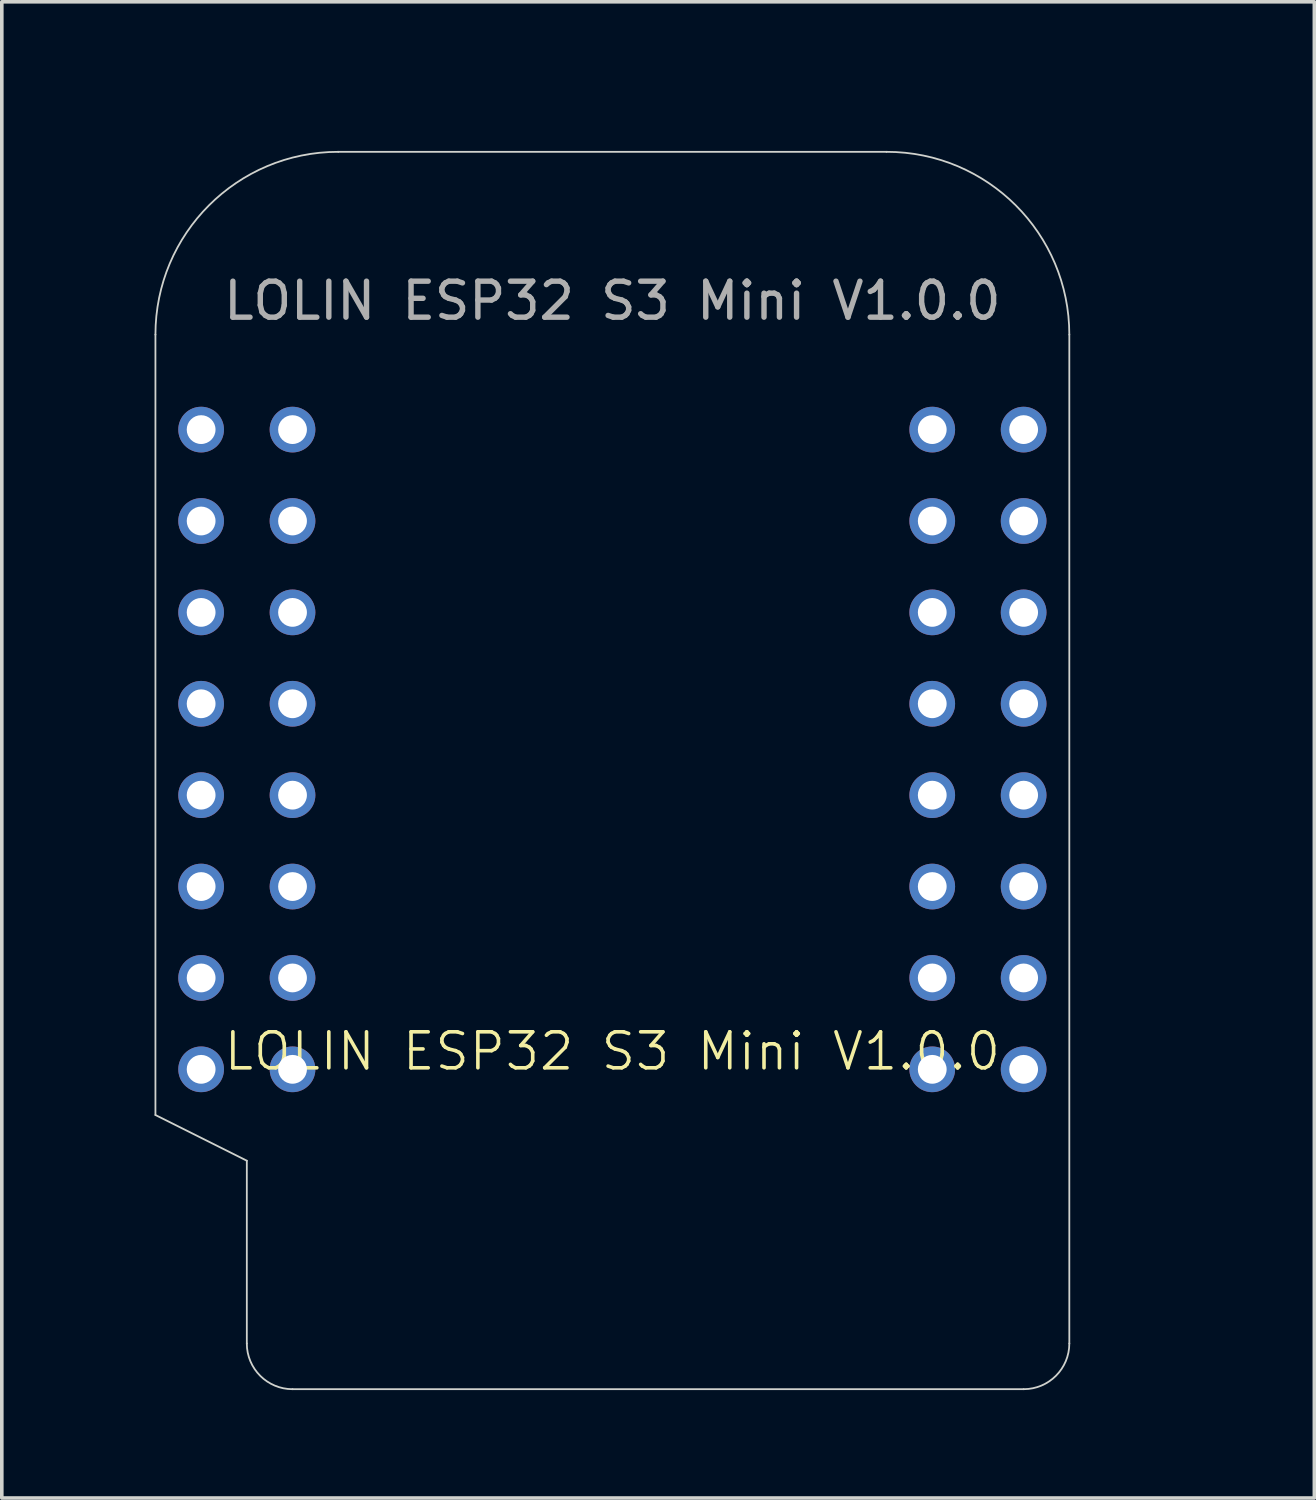
<source format=kicad_pcb>
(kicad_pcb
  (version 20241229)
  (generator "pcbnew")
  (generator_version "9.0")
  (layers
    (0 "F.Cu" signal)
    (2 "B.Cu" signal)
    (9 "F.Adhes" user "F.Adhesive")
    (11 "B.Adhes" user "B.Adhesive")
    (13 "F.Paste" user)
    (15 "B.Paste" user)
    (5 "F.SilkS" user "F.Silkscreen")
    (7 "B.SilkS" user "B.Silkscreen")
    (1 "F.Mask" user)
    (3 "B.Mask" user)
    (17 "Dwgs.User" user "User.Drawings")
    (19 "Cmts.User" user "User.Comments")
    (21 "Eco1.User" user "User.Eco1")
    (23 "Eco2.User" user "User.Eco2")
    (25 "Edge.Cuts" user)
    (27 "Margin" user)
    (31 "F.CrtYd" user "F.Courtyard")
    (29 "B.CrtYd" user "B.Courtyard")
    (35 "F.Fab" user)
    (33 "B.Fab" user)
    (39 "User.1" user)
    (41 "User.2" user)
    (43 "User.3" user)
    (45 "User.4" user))
  (footprint "LOLIN ESP32 S3 Mini V1.0.0"
    (layer "F.Cu")
    (at 13.97 26.67)
    (property "Reference" "LOLIN ESP32 S3 Mini V1.0.0" (at 0 -0.5 0) (unlocked yes) (layer "F.SilkS") (effects (font (size 1 1) (thickness 0.1))))
    (fp_line (start -12.7 -20.42) (end -12.7 1.27) (stroke (width 0.05) (type default)) (layer "Edge.Cuts"))
    (fp_line (start -12.7 1.27) (end -10.16 2.54) (stroke (width 0.05) (type default)) (layer "Edge.Cuts"))
    (fp_line (start -10.16 2.54) (end -10.16 7.62) (stroke (width 0.05) (type default)) (layer "Edge.Cuts"))
    (fp_line (start -8.89 8.89) (end 11.43 8.89) (stroke (width 0.05) (type solid)) (layer "Edge.Cuts"))
    (fp_line (start -7.62 -25.5) (end 7.62 -25.5) (stroke (width 0.05) (type solid)) (layer "Edge.Cuts"))
    (fp_line (start 12.7 -20.42) (end 12.7 7.62) (stroke (width 0.05) (type default)) (layer "Edge.Cuts"))
    (fp_arc (start -12.7 -20.42) (mid -11.212102 -24.012102) (end -7.62 -25.5) (stroke (width 0.05) (type default)) (layer "Edge.Cuts"))
    (fp_arc (start -8.89 8.89) (mid -9.788026 8.518026) (end -10.16 7.62) (stroke (width 0.05) (type default)) (layer "Edge.Cuts"))
    (fp_arc (start 7.62 -25.5) (mid 11.212102 -24.012102) (end 12.7 -20.42) (stroke (width 0.05) (type default)) (layer "Edge.Cuts"))
    (fp_arc (start 12.7 7.62) (mid 12.328026 8.518026) (end 11.43 8.89) (stroke (width 0.05) (type default)) (layer "Edge.Cuts"))
    (fp_text user "${REFERENCE}" (at 0 -21.36 0) (unlocked yes) (layer "F.Fab") (effects (font (size 1 1) (thickness 0.15))))
    (pad "4" thru_hole circle (at -11.43 -17.78) (size 1.27 1.27) (drill 0.8) (layers "*.Cu" "*.Mask"))
    (pad "6" thru_hole circle (at -8.89 -17.78) (size 1.27 1.27) (drill 0.8) (layers "*.Cu" "*.Mask"))
    (pad "7" thru_hole circle (at -11.43 -15.24) (size 1.27 1.27) (drill 0.8) (layers "*.Cu" "*.Mask"))
    (pad "8" thru_hole circle (at -8.89 -15.24) (size 1.27 1.27) (drill 0.8) (layers "*.Cu" "*.Mask"))
    (pad "9" thru_hole circle (at -11.43 -12.7) (size 1.27 1.27) (drill 0.8) (layers "*.Cu" "*.Mask"))
    (pad "10" thru_hole circle (at -8.89 -12.7) (size 1.27 1.27) (drill 0.8) (layers "*.Cu" "*.Mask"))
    (pad "11" thru_hole circle (at -8.89 -10.16) (size 1.27 1.27) (drill 0.8) (layers "*.Cu" "*.Mask"))
    (pad "12" thru_hole circle (at -8.89 -7.62) (size 1.27 1.27) (drill 0.8) (layers "*.Cu" "*.Mask"))
    (pad "13" thru_hole circle (at -8.89 -5.08) (size 1.27 1.27) (drill 0.8) (layers "*.Cu" "*.Mask"))
    (pad "14" thru_hole circle (at -8.89 -2.54) (size 1.27 1.27) (drill 0.8) (layers "*.Cu" "*.Mask"))
    (pad "15" thru_hole circle (at -11.43 -2.54) (size 1.27 1.27) (drill 0.8) (layers "*.Cu" "*.Mask"))
    (pad "16" thru_hole circle (at -11.43 -5.08) (size 1.27 1.27) (drill 0.8) (layers "*.Cu" "*.Mask"))
    (pad "17" thru_hole circle (at -11.43 -10.16) (size 1.27 1.27) (drill 0.8) (layers "*.Cu" "*.Mask"))
    (pad "18" thru_hole circle (at -11.43 -7.62) (size 1.27 1.27) (drill 0.8) (layers "*.Cu" "*.Mask"))
    (pad "19" thru_hole circle (at -8.89 0) (size 1.27 1.27) (drill 0.8) (layers "*.Cu" "*.Mask"))
    (pad "21" thru_hole circle (at 8.89 0) (size 1.27 1.27) (drill 0.8) (layers "*.Cu" "*.Mask"))
    (pad "22" thru_hole circle (at 11.43 -5.08) (size 1.27 1.27) (drill 0.8) (layers "*.Cu" "*.Mask"))
    (pad "23" thru_hole circle (at 8.89 -5.08) (size 1.27 1.27) (drill 0.8) (layers "*.Cu" "*.Mask"))
    (pad "24" thru_hole circle (at 11.43 -7.62) (size 1.27 1.27) (drill 0.8) (layers "*.Cu" "*.Mask"))
    (pad "27" thru_hole circle (at 8.89 -7.62) (size 1.27 1.27) (drill 0.8) (layers "*.Cu" "*.Mask"))
    (pad "38" thru_hole circle (at 8.89 -17.78) (size 1.27 1.27) (drill 0.8) (layers "*.Cu" "*.Mask"))
    (pad "39" thru_hole circle (at 8.89 -10.16) (size 1.27 1.27) (drill 0.8) (layers "*.Cu" "*.Mask"))
    (pad "40" thru_hole circle (at 11.43 -10.16) (size 1.27 1.27) (drill 0.8) (layers "*.Cu" "*.Mask"))
    (pad "41" thru_hole circle (at 11.43 -12.7) (size 1.27 1.27) (drill 0.8) (layers "*.Cu" "*.Mask"))
    (pad "42" thru_hole circle (at 8.89 -15.24) (size 1.27 1.27) (drill 0.8) (layers "*.Cu" "*.Mask"))
    (pad "43" thru_hole circle (at 8.89 -12.7) (size 1.27 1.27) (drill 0.8) (layers "*.Cu" "*.Mask"))
    (pad "49" thru_hole circle (at 11.43 -17.78) (size 1.27 1.27) (drill 0.8) (layers "*.Cu" "*.Mask"))
    (pad "50" thru_hole circle (at 11.43 -15.24) (size 1.27 1.27) (drill 0.8) (layers "*.Cu" "*.Mask"))
    (pad "60" thru_hole circle (at 11.43 0) (size 1.27 1.27) (drill 0.8) (layers "*.Cu" "*.Mask"))
    (pad "61" thru_hole circle (at -11.43 0) (size 1.27 1.27) (drill 0.8) (layers "*.Cu" "*.Mask"))
    (pad "70" thru_hole circle (at 8.89 -2.54) (size 1.27 1.27) (drill 0.8) (layers "*.Cu" "*.Mask"))
    (pad "71" thru_hole circle (at 11.43 -2.54) (size 1.27 1.27) (drill 0.8) (layers "*.Cu" "*.Mask"))
    (zone (net_name "") (layer "F.CrtYd") (name "Antenna") (hatch edge 0.5) (connect_pads) (min_thickness 0.25) (filled_areas_thickness no) (keepout (tracks not_allowed) (vias not_allowed) (pads not_allowed) (copperpour allowed) (footprints allowed)) (placement (enabled no)) (fill) (polygon (pts (xy 0 7.62) (xy 0 0) (xy 30.48 0) (xy 30.48 7.62)))))
  (gr_rect
    (start -3 -3)
    (end 33.48 38.585)
    (stroke (width 0.1) (type default))
    (fill no)
    (layer "Edge.Cuts")))
</source>
